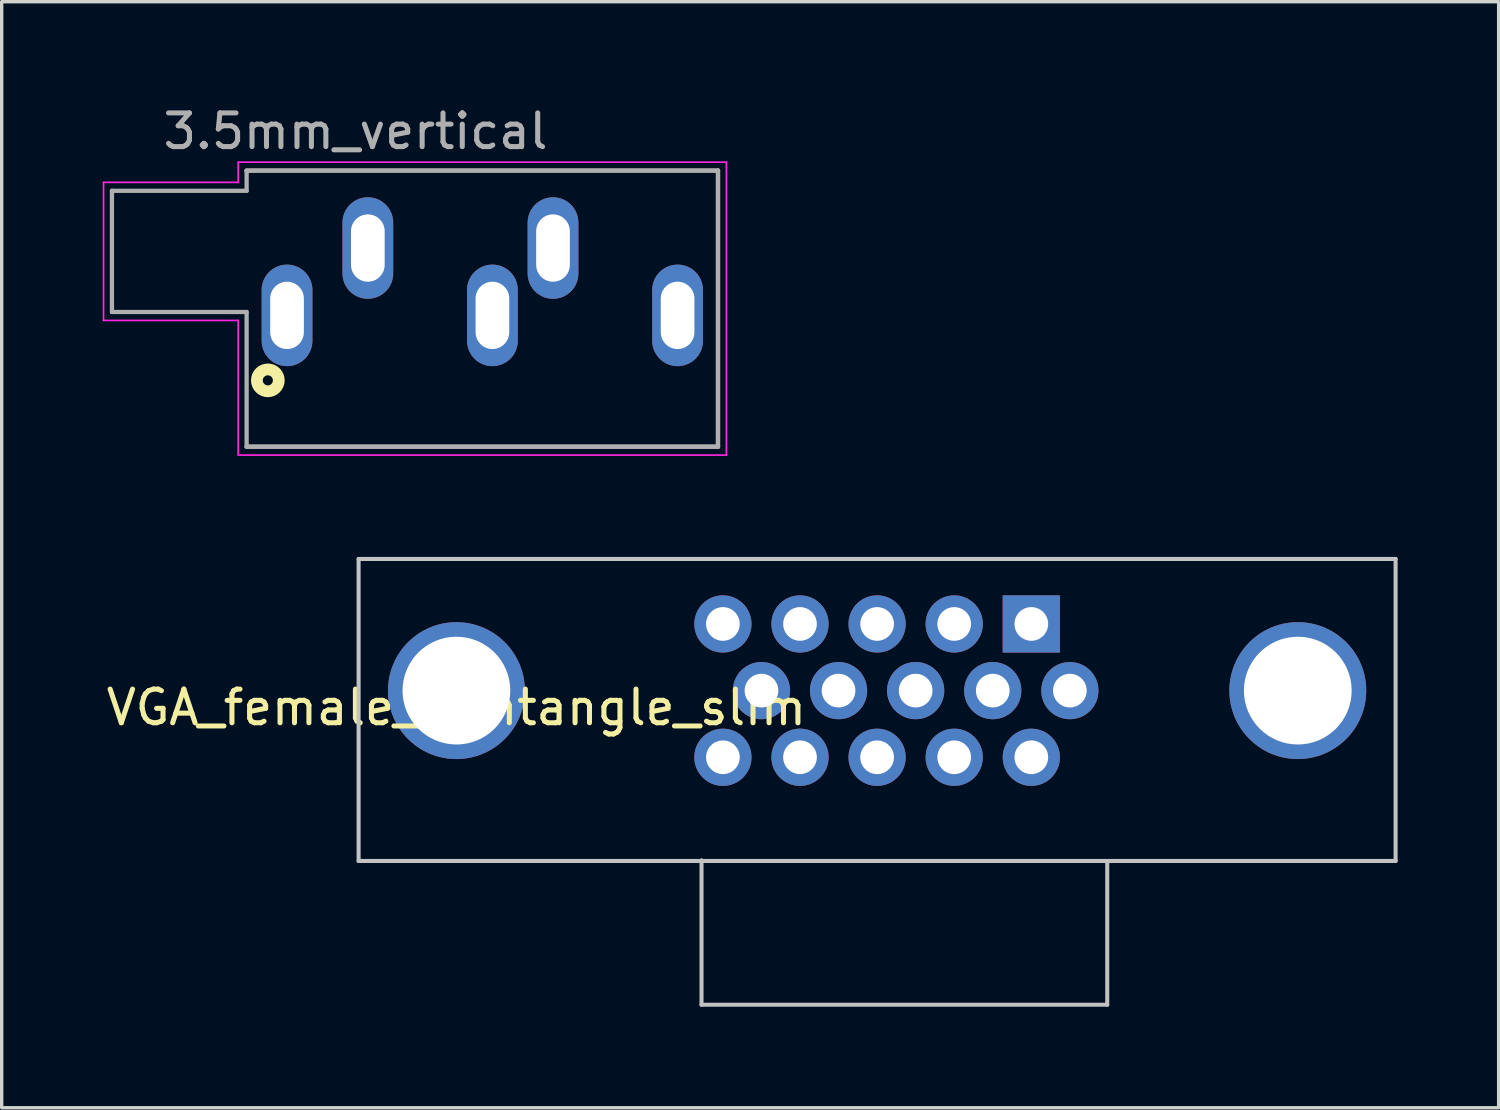
<source format=kicad_pcb>
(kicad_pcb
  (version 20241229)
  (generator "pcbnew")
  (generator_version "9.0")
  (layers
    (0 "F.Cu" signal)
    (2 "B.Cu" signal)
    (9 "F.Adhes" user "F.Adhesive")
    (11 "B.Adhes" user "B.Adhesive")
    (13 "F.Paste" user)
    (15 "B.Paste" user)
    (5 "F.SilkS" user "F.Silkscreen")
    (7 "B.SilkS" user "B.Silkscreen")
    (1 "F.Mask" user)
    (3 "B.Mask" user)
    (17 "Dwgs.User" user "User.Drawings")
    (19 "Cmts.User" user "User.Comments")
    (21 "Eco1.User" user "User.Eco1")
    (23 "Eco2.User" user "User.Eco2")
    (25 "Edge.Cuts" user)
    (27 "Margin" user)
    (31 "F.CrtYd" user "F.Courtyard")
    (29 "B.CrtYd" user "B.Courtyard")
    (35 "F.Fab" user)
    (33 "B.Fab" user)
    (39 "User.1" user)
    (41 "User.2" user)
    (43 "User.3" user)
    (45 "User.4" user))
  (footprint "3.5mm_vertical"
    (layer "F.Cu")
    (at 5.475 6.317)
    (property "Reference" "3.5mm_vertical" (at 2.035 -5.468 0) (layer "F.Fab") (effects (font (size 1.001 1.001) (thickness 0.15))))
    (attr through_hole)
    (fp_circle (center -0.57 1.93) (end -0.42 1.93) (stroke (width 0.35) (type solid)) (fill no) (layer "F.SilkS"))
    (fp_line (start -5.45 -3.95) (end -1.45 -3.95) (stroke (width 0.05) (type solid)) (layer "F.CrtYd"))
    (fp_line (start -5.45 0.15) (end -5.45 -3.95) (stroke (width 0.05) (type solid)) (layer "F.CrtYd"))
    (fp_line (start -1.45 -4.55) (end 13.05 -4.55) (stroke (width 0.05) (type solid)) (layer "F.CrtYd"))
    (fp_line (start -1.45 -3.95) (end -1.45 -4.55) (stroke (width 0.05) (type solid)) (layer "F.CrtYd"))
    (fp_line (start -1.45 0.15) (end -5.45 0.15) (stroke (width 0.05) (type solid)) (layer "F.CrtYd"))
    (fp_line (start -1.45 4.15) (end -1.45 0.15) (stroke (width 0.05) (type solid)) (layer "F.CrtYd"))
    (fp_line (start 13.05 -4.55) (end 13.05 4.15) (stroke (width 0.05) (type solid)) (layer "F.CrtYd"))
    (fp_line (start 13.05 4.15) (end -1.45 4.15) (stroke (width 0.05) (type solid)) (layer "F.CrtYd"))
    (fp_line (start -5.2 -3.7) (end -1.2 -3.7) (stroke (width 0.127) (type solid)) (layer "F.Fab"))
    (fp_line (start -5.2 -0.1) (end -5.2 -3.7) (stroke (width 0.127) (type solid)) (layer "F.Fab"))
    (fp_line (start -1.2 -4.3) (end 12.8 -4.3) (stroke (width 0.127) (type solid)) (layer "F.Fab"))
    (fp_line (start -1.2 -4.3) (end 12.8 -4.3) (stroke (width 0.127) (type solid)) (layer "F.Fab"))
    (fp_line (start -1.2 -3.7) (end -1.2 -4.3) (stroke (width 0.127) (type solid)) (layer "F.Fab"))
    (fp_line (start -1.2 -0.1) (end -5.2 -0.1) (stroke (width 0.127) (type solid)) (layer "F.Fab"))
    (fp_line (start -1.2 3.9) (end -1.2 -0.1) (stroke (width 0.127) (type solid)) (layer "F.Fab"))
    (fp_line (start 12.8 -4.3) (end 12.8 3.9) (stroke (width 0.127) (type solid)) (layer "F.Fab"))
    (fp_line (start 12.8 -4.3) (end 12.8 3.9) (stroke (width 0.127) (type solid)) (layer "F.Fab"))
    (fp_line (start 12.8 3.9) (end -1.2 3.9) (stroke (width 0.127) (type solid)) (layer "F.Fab"))
    (fp_line (start 12.8 3.9) (end -1.2 3.9) (stroke (width 0.127) (type solid)) (layer "F.Fab"))
    (pad "1" thru_hole oval (at 0 0) (size 1.508 3.016) (drill oval 1 2) (layers "*.Cu" "*.Mask"))
    (pad "2" thru_hole oval (at 2.4 -2) (size 1.508 3.016) (drill oval 1 2) (layers "*.Cu" "*.Mask"))
    (pad "3" thru_hole oval (at 7.9 -2) (size 1.508 3.016) (drill oval 1 2) (layers "*.Cu" "*.Mask"))
    (pad "4" thru_hole oval (at 11.6 0) (size 1.508 3.016) (drill oval 1 2) (layers "*.Cu" "*.Mask"))
    (pad "5" thru_hole oval (at 6.1 0) (size 1.508 3.016) (drill oval 1 2) (layers "*.Cu" "*.Mask")))
  (footprint "VGA_female_rightangle_slim"
    (layer "F.Cu")
    (at 10.506 17.462)
    (property "Reference" "VGA_female_rightangle_slim" (at 0 0.5 0) (layer "F.SilkS") (effects (font (size 1 1) (thickness 0.15))))
    (attr through_hole)
    (fp_line (start -2.905 -3.91) (end -2.905 5.06) (stroke (width 0.12) (type solid)) (layer "Dwgs.User"))
    (fp_line (start -2.905 -3.91) (end 27.895 -3.91) (stroke (width 0.12) (type solid)) (layer "Dwgs.User"))
    (fp_line (start -2.905 5.06) (end 27.895 5.06) (stroke (width 0.12) (type solid)) (layer "Dwgs.User"))
    (fp_line (start 7.28 9.33) (end 7.28 5.04) (stroke (width 0.12) (type solid)) (layer "Dwgs.User"))
    (fp_line (start 19.33 5.08) (end 19.33 9.33) (stroke (width 0.12) (type solid)) (layer "Dwgs.User"))
    (fp_line (start 19.33 9.33) (end 7.28 9.33) (stroke (width 0.12) (type solid)) (layer "Dwgs.User"))
    (fp_line (start 27.895 -3.91) (end 27.895 5.06) (stroke (width 0.12) (type solid)) (layer "Dwgs.User"))
    (pad "1" thru_hole rect (at 17.075 -1.98 180) (size 1.7 1.7) (drill 1) (layers "*.Cu" "*.Mask"))
    (pad "2" thru_hole circle (at 14.785 -1.98 180) (size 1.7 1.7) (drill 1) (layers "*.Cu" "*.Mask"))
    (pad "3" thru_hole circle (at 12.495 -1.98 180) (size 1.7 1.7) (drill 1) (layers "*.Cu" "*.Mask"))
    (pad "4" thru_hole circle (at 10.205 -1.98 180) (size 1.7 1.7) (drill 1) (layers "*.Cu" "*.Mask"))
    (pad "5" thru_hole circle (at 7.915 -1.98 180) (size 1.7 1.7) (drill 1) (layers "*.Cu" "*.Mask"))
    (pad "6" thru_hole circle (at 18.22 0 180) (size 1.7 1.7) (drill 1) (layers "*.Cu" "*.Mask"))
    (pad "7" thru_hole circle (at 15.93 0 180) (size 1.7 1.7) (drill 1) (layers "*.Cu" "*.Mask"))
    (pad "8" thru_hole circle (at 13.64 0 180) (size 1.7 1.7) (drill 1) (layers "*.Cu" "*.Mask"))
    (pad "9" thru_hole circle (at 11.35 0 180) (size 1.7 1.7) (drill 1) (layers "*.Cu" "*.Mask"))
    (pad "10" thru_hole circle (at 9.06 0 180) (size 1.7 1.7) (drill 1) (layers "*.Cu" "*.Mask"))
    (pad "11" thru_hole circle (at 17.075 1.98 180) (size 1.7 1.7) (drill 1) (layers "*.Cu" "*.Mask"))
    (pad "12" thru_hole circle (at 14.785 1.98 180) (size 1.7 1.7) (drill 1) (layers "*.Cu" "*.Mask"))
    (pad "13" thru_hole circle (at 12.495 1.98 180) (size 1.7 1.7) (drill 1) (layers "*.Cu" "*.Mask"))
    (pad "14" thru_hole circle (at 10.205 1.98 180) (size 1.7 1.7) (drill 1) (layers "*.Cu" "*.Mask"))
    (pad "15" thru_hole circle (at 7.915 1.98 180) (size 1.7 1.7) (drill 1) (layers "*.Cu" "*.Mask"))
    (pad "S1" thru_hole circle (at 0 0) (size 4.066 4.066) (drill 3.2) (layers "*.Cu" "*.Mask"))
    (pad "S2" thru_hole circle (at 24.99 0) (size 4.066 4.066) (drill 3.2) (layers "*.Cu" "*.Mask")))
  (gr_rect
    (start -3 -3)
    (end 41.461 29.852)
    (stroke (width 0.1) (type default))
    (fill no)
    (layer "Edge.Cuts")))
</source>
